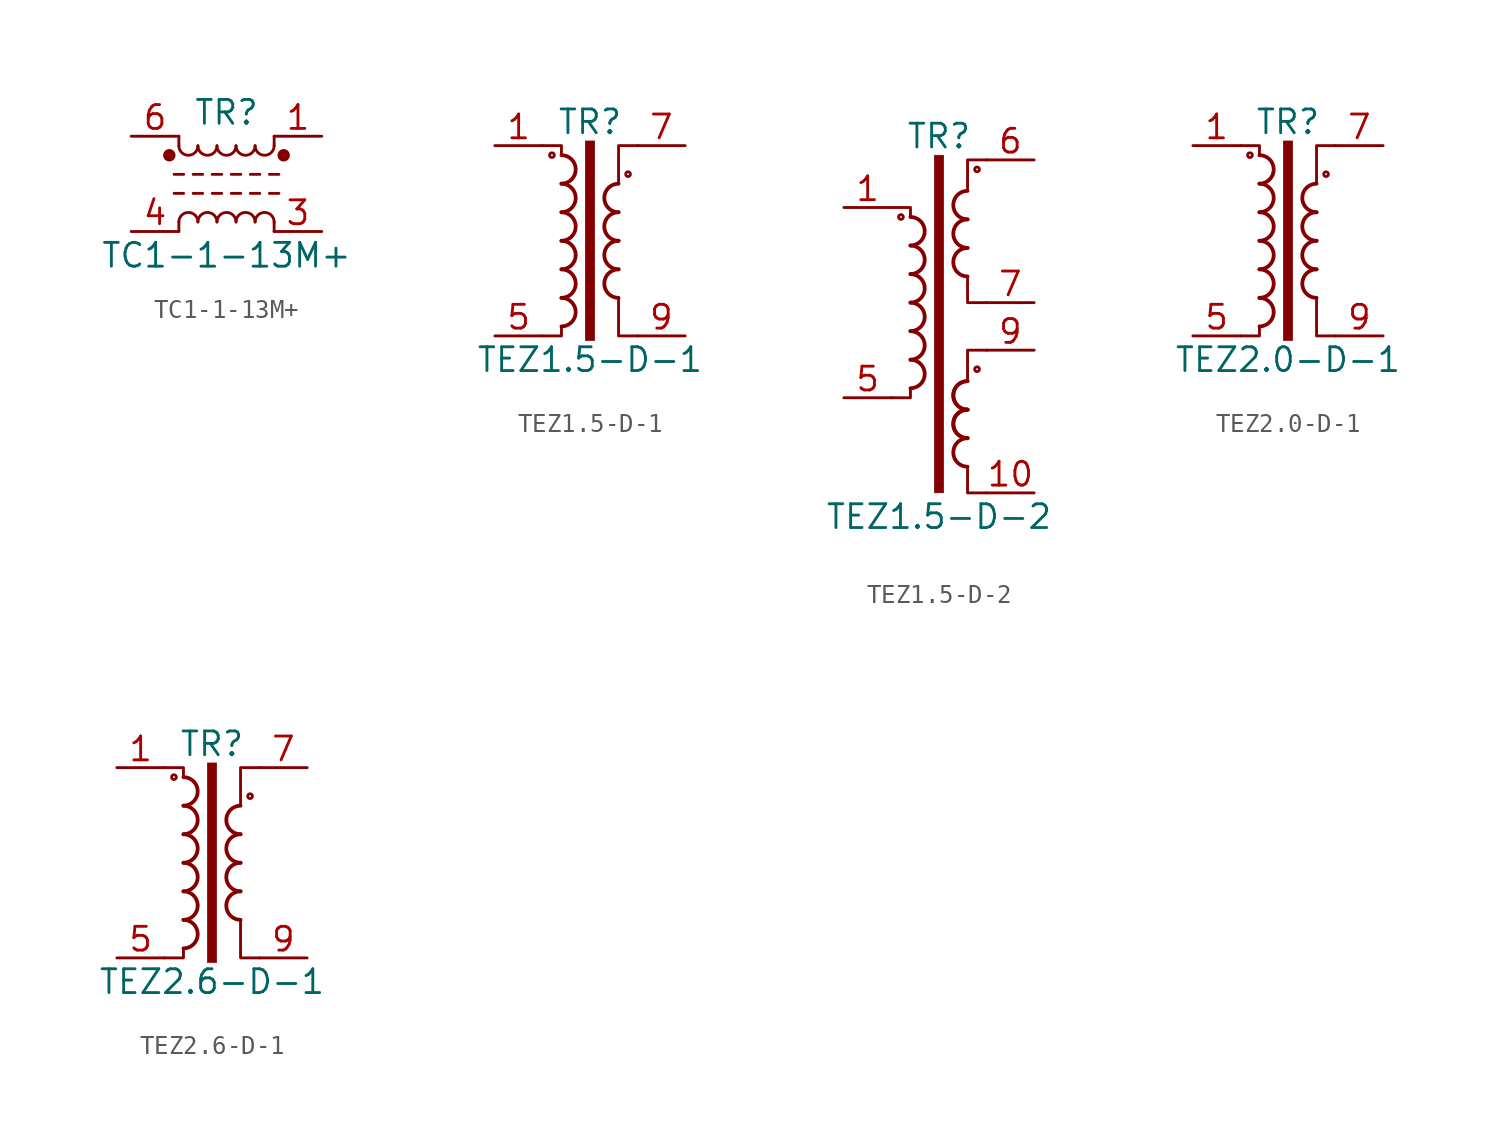
<source format=kicad_sym>
(kicad_symbol_lib
  (version 20231120)
  (generator "kicad_symbol_editor")
  (generator_version "8.0")
  (symbol "TC1-1-13M+"
    (pin_names hide)
    (property "Reference" "TR"
      (at 0 3.81 0)
      (effects (font (size 1.27 1.27))))
    (property "Value" "TC1-1-13M+"
      (at 0 -3.81 0)
      (effects (font (size 1.27 1.27))))
    (symbol "TC1-1-13M+_1_1"
      (circle (center -3.048 1.524) (radius 0.254) (stroke (width 0) (type default)) (fill (type outline)))
      (arc (start -2.54 2.032) (mid -2.032 1.5262) (end -1.524 2.032) (stroke (width 0) (type default)) (fill (type none)))
      (arc (start -1.524 -2.032) (mid -2.032 -1.5262) (end -2.54 -2.032) (stroke (width 0) (type default)) (fill (type none)))
      (arc (start -1.524 2.032) (mid -1.016 1.5262) (end -0.508 2.032) (stroke (width 0) (type default)) (fill (type none)))
      (arc (start -0.508 -2.032) (mid -1.016 -1.5262) (end -1.524 -2.032) (stroke (width 0) (type default)) (fill (type none)))
      (arc (start -0.508 2.032) (mid 0 1.5262) (end 0.508 2.032) (stroke (width 0) (type default)) (fill (type none)))
      (polyline (pts (xy -2.794 -0.508) (xy -2.286 -0.508)) (stroke (width 0) (type default)) (fill (type none)))
      (polyline (pts (xy -2.794 0.508) (xy -2.286 0.508)) (stroke (width 0) (type default)) (fill (type none)))
      (polyline (pts (xy -2.54 -2.032) (xy -2.54 -2.54)) (stroke (width 0) (type default)) (fill (type none)))
      (polyline (pts (xy -2.54 2.032) (xy -2.54 2.54)) (stroke (width 0) (type default)) (fill (type none)))
      (polyline (pts (xy -1.778 -0.508) (xy -1.27 -0.508)) (stroke (width 0) (type default)) (fill (type none)))
      (polyline (pts (xy -1.778 0.508) (xy -1.27 0.508)) (stroke (width 0) (type default)) (fill (type none)))
      (polyline (pts (xy -0.762 -0.508) (xy -0.254 -0.508)) (stroke (width 0) (type default)) (fill (type none)))
      (polyline (pts (xy -0.762 0.508) (xy -0.254 0.508)) (stroke (width 0) (type default)) (fill (type none)))
      (polyline (pts (xy 0.254 -0.508) (xy 0.762 -0.508)) (stroke (width 0) (type default)) (fill (type none)))
      (polyline (pts (xy 0.254 0.508) (xy 0.762 0.508)) (stroke (width 0) (type default)) (fill (type none)))
      (polyline (pts (xy 1.27 -0.508) (xy 1.778 -0.508)) (stroke (width 0) (type default)) (fill (type none)))
      (polyline (pts (xy 1.27 0.508) (xy 1.778 0.508)) (stroke (width 0) (type default)) (fill (type none)))
      (polyline (pts (xy 2.286 -0.508) (xy 2.794 -0.508)) (stroke (width 0) (type default)) (fill (type none)))
      (polyline (pts (xy 2.286 0.508) (xy 2.794 0.508)) (stroke (width 0) (type default)) (fill (type none)))
      (polyline (pts (xy 2.54 -2.032) (xy 2.54 -2.54)) (stroke (width 0) (type default)) (fill (type none)))
      (polyline (pts (xy 2.54 2.54) (xy 2.54 2.032)) (stroke (width 0) (type default)) (fill (type none)))
      (arc (start 0.508 -2.032) (mid 0 -1.5262) (end -0.508 -2.032) (stroke (width 0) (type default)) (fill (type none)))
      (arc (start 0.508 2.032) (mid 1.016 1.5262) (end 1.524 2.032) (stroke (width 0) (type default)) (fill (type none)))
      (arc (start 1.524 -2.032) (mid 1.016 -1.5262) (end 0.508 -2.032) (stroke (width 0) (type default)) (fill (type none)))
      (arc (start 1.524 2.032) (mid 2.032 1.5262) (end 2.54 2.032) (stroke (width 0) (type default)) (fill (type none)))
      (arc (start 2.54 -2.032) (mid 2.032 -1.5262) (end 1.524 -2.032) (stroke (width 0) (type default)) (fill (type none)))
      (circle (center 3.048 1.524) (radius 0.254) (stroke (width 0) (type default)) (fill (type outline)))
      (pin passive line (at 5.08 2.54 180) (length 2.54) (name "~" (effects (font (size 1.27 1.27)))) (number "1" (effects (font (size 1.27 1.27)))))
      (pin passive line (at 5.08 -2.54 180) (length 2.54) (name "~" (effects (font (size 1.27 1.27)))) (number "3" (effects (font (size 1.27 1.27)))))
      (pin passive line (at -5.08 -2.54 0) (length 2.54) (name "~" (effects (font (size 1.27 1.27)))) (number "4" (effects (font (size 1.27 1.27)))))
      (pin passive line (at -5.08 2.54 0) (length 2.54) (name "~" (effects (font (size 1.27 1.27)))) (number "6" (effects (font (size 1.27 1.27)))))))
  (symbol "TEZ1.5-D-1"
    (pin_names
      (offset 0.025))
    (property "Reference" "TR"
      (at 0 6.35 0)
      (effects (font (size 1.27 1.27))))
    (property "Value" "TEZ1.5-D-1"
      (at 0 -6.35 0)
      (effects (font (size 1.27 1.27))))
    (symbol "TEZ1.5-D-1_0_1"
      (circle (center -2.032 4.572) (radius 0.127) (stroke (width 0) (type default)) (fill (type none)))
      (arc (start -1.524 -4.572) (mid -0.7653 -3.81) (end -1.524 -3.048) (stroke (width 0.2032) (type default)) (fill (type none)))
      (arc (start -1.524 -3.048) (mid -0.7653 -2.286) (end -1.524 -1.524) (stroke (width 0.2032) (type default)) (fill (type none)))
      (arc (start -1.524 -1.524) (mid -0.7653 -0.762) (end -1.524 0) (stroke (width 0.2032) (type default)) (fill (type none)))
      (arc (start -1.524 0) (mid -0.7653 0.762) (end -1.524 1.524) (stroke (width 0.2032) (type default)) (fill (type none)))
      (arc (start -1.524 1.524) (mid -0.7653 2.286) (end -1.524 3.048) (stroke (width 0.2032) (type default)) (fill (type none)))
      (arc (start -1.524 3.048) (mid -0.7653 3.81) (end -1.524 4.572) (stroke (width 0.2032) (type default)) (fill (type none)))
      (rectangle (start -0.254 5.334) (end 0.254 -5.334) (stroke (width 0.025) (type default)) (fill (type outline)))
      (polyline (pts (xy -1.524 -4.572) (xy -1.524 -5.08) (xy -2.54 -5.08)) (stroke (width 0) (type default)) (fill (type none)))
      (polyline (pts (xy -1.524 4.572) (xy -1.524 5.08) (xy -2.54 5.08)) (stroke (width 0) (type default)) (fill (type none)))
      (polyline (pts (xy 1.524 3.048) (xy 1.524 5.08) (xy 2.54 5.08) (xy 2.54 5.08)) (stroke (width 0.152) (type default)) (fill (type none)))
      (polyline (pts (xy 2.54 -5.08) (xy 1.524 -5.08) (xy 1.524 -3.048) (xy 1.524 -3.048)) (stroke (width 0.152) (type default)) (fill (type none)))
      (arc (start 1.524 -1.524) (mid 0.7653 -2.286) (end 1.524 -3.048) (stroke (width 0.2032) (type default)) (fill (type none)))
      (arc (start 1.524 0) (mid 0.7653 -0.762) (end 1.524 -1.524) (stroke (width 0.2032) (type default)) (fill (type none)))
      (arc (start 1.524 1.524) (mid 0.7653 0.762) (end 1.524 0) (stroke (width 0.2032) (type default)) (fill (type none)))
      (arc (start 1.524 3.048) (mid 0.7653 2.286) (end 1.524 1.524) (stroke (width 0.2032) (type default)) (fill (type none)))
      (circle (center 2.032 3.556) (radius 0.127) (stroke (width 0) (type default)) (fill (type none))))
    (symbol "TEZ1.5-D-1_1_1"
      (pin passive line (at -5.08 5.08 0) (length 2.54) (name "~" (effects (font (size 1.27 1.27)))) (number "1" (effects (font (size 1.27 1.27)))))
      (pin passive line (at -5.08 -5.08 0) (length 2.54) (name "~" (effects (font (size 1.27 1.27)))) (number "5" (effects (font (size 1.27 1.27)))))
      (pin passive line (at 5.08 5.08 180) (length 2.54) (name "~" (effects (font (size 1.27 1.27)))) (number "7" (effects (font (size 1.27 1.27)))))
      (pin passive line (at 5.08 -5.08 180) (length 2.54) (name "~" (effects (font (size 1.27 1.27)))) (number "9" (effects (font (size 1.27 1.27)))))))
  (symbol "TEZ1.5-D-2"
    (pin_names
      (offset 0.025))
    (property "Reference" "TR"
      (at 0 8.89 0)
      (effects (font (size 1.27 1.27))))
    (property "Value" "TEZ1.5-D-2"
      (at 0 -11.43 0)
      (effects (font (size 1.27 1.27))))
    (symbol "TEZ1.5-D-2_0_1"
      (circle (center -2.032 4.572) (radius 0.127) (stroke (width 0) (type default)) (fill (type none)))
      (arc (start -1.524 -4.572) (mid -0.7653 -3.81) (end -1.524 -3.048) (stroke (width 0.2032) (type default)) (fill (type none)))
      (arc (start -1.524 -3.048) (mid -0.7653 -2.286) (end -1.524 -1.524) (stroke (width 0.2032) (type default)) (fill (type none)))
      (arc (start -1.524 -1.524) (mid -0.7653 -0.762) (end -1.524 0) (stroke (width 0.2032) (type default)) (fill (type none)))
      (arc (start -1.524 0) (mid -0.7653 0.762) (end -1.524 1.524) (stroke (width 0.2032) (type default)) (fill (type none)))
      (arc (start -1.524 1.524) (mid -0.7653 2.286) (end -1.524 3.048) (stroke (width 0.2032) (type default)) (fill (type none)))
      (arc (start -1.524 3.048) (mid -0.7653 3.81) (end -1.524 4.572) (stroke (width 0.2032) (type default)) (fill (type none)))
      (rectangle (start -0.254 7.874) (end 0.254 -10.16) (stroke (width 0.025) (type default)) (fill (type outline)))
      (polyline (pts (xy -1.524 -4.572) (xy -1.524 -5.08) (xy -2.54 -5.08)) (stroke (width 0) (type default)) (fill (type none)))
      (polyline (pts (xy -1.524 4.572) (xy -1.524 5.08) (xy -2.54 5.08)) (stroke (width 0) (type default)) (fill (type none)))
      (polyline (pts (xy 1.524 -8.89) (xy 1.524 -10.16) (xy 2.54 -10.16)) (stroke (width 0) (type default)) (fill (type none)))
      (polyline (pts (xy 2.54 -2.54) (xy 1.524 -2.54) (xy 1.524 -4.064)) (stroke (width 0) (type default)) (fill (type none)))
      (polyline (pts (xy 2.54 0) (xy 1.524 0) (xy 1.524 1.27)) (stroke (width 0) (type default)) (fill (type none)))
      (polyline (pts (xy 2.54 7.62) (xy 1.524 7.62) (xy 1.524 6.096)) (stroke (width 0) (type default)) (fill (type none)))
      (arc (start 1.524 -7.239) (mid 0.7653 -8.001) (end 1.524 -8.763) (stroke (width 0.2032) (type default)) (fill (type none)))
      (arc (start 1.524 -5.715) (mid 0.7653 -6.477) (end 1.524 -7.239) (stroke (width 0.2032) (type default)) (fill (type none)))
      (arc (start 1.524 -5.715) (mid 0.7653 -6.477) (end 1.524 -7.239) (stroke (width 0.2032) (type default)) (fill (type none)))
      (arc (start 1.524 -4.191) (mid 0.7653 -4.953) (end 1.524 -5.715) (stroke (width 0.2032) (type default)) (fill (type none)))
      (arc (start 1.524 -4.191) (mid 0.7653 -4.953) (end 1.524 -5.715) (stroke (width 0.2032) (type default)) (fill (type none)))
      (arc (start 1.524 2.921) (mid 0.7653 2.159) (end 1.524 1.397) (stroke (width 0.2032) (type default)) (fill (type none)))
      (arc (start 1.524 4.445) (mid 0.7653 3.683) (end 1.524 2.921) (stroke (width 0.2032) (type default)) (fill (type none)))
      (arc (start 1.524 5.969) (mid 0.7653 5.207) (end 1.524 4.445) (stroke (width 0.2032) (type default)) (fill (type none)))
      (circle (center 2.032 -3.556) (radius 0.127) (stroke (width 0) (type default)) (fill (type none)))
      (circle (center 2.032 7.112) (radius 0.127) (stroke (width 0) (type default)) (fill (type none))))
    (symbol "TEZ1.5-D-2_1_1"
      (pin passive line (at -5.08 5.08 0) (length 2.54) (name "~" (effects (font (size 1.27 1.27)))) (number "1" (effects (font (size 1.27 1.27)))))
      (pin passive line (at 5.08 -10.16 180) (length 2.54) (name "~" (effects (font (size 1.27 1.27)))) (number "10" (effects (font (size 1.27 1.27)))))
      (pin passive line (at -5.08 -5.08 0) (length 2.54) (name "~" (effects (font (size 1.27 1.27)))) (number "5" (effects (font (size 1.27 1.27)))))
      (pin passive line (at 5.08 7.62 180) (length 2.54) (name "~" (effects (font (size 1.27 1.27)))) (number "6" (effects (font (size 1.27 1.27)))))
      (pin passive line (at 5.08 0 180) (length 2.54) (name "~" (effects (font (size 1.27 1.27)))) (number "7" (effects (font (size 1.27 1.27)))))
      (pin passive line (at 5.08 -2.54 180) (length 2.54) (name "~" (effects (font (size 1.27 1.27)))) (number "9" (effects (font (size 1.27 1.27)))))))
  (symbol "TEZ2.0-D-1"
    (pin_names
      (offset 0.025))
    (property "Reference" "TR"
      (at 0 6.35 0)
      (effects (font (size 1.27 1.27))))
    (property "Value" "TEZ2.0-D-1"
      (at 0 -6.35 0)
      (effects (font (size 1.27 1.27))))
    (symbol "TEZ2.0-D-1_0_1"
      (circle (center -2.032 4.572) (radius 0.127) (stroke (width 0) (type default)) (fill (type none)))
      (arc (start -1.524 -4.572) (mid -0.7653 -3.81) (end -1.524 -3.048) (stroke (width 0.2032) (type default)) (fill (type none)))
      (arc (start -1.524 -3.048) (mid -0.7653 -2.286) (end -1.524 -1.524) (stroke (width 0.2032) (type default)) (fill (type none)))
      (arc (start -1.524 -1.524) (mid -0.7653 -0.762) (end -1.524 0) (stroke (width 0.2032) (type default)) (fill (type none)))
      (arc (start -1.524 0) (mid -0.7653 0.762) (end -1.524 1.524) (stroke (width 0.2032) (type default)) (fill (type none)))
      (arc (start -1.524 1.524) (mid -0.7653 2.286) (end -1.524 3.048) (stroke (width 0.2032) (type default)) (fill (type none)))
      (arc (start -1.524 3.048) (mid -0.7653 3.81) (end -1.524 4.572) (stroke (width 0.2032) (type default)) (fill (type none)))
      (rectangle (start -0.254 5.334) (end 0.254 -5.334) (stroke (width 0.025) (type default)) (fill (type outline)))
      (polyline (pts (xy -1.524 -4.572) (xy -1.524 -5.08) (xy -2.54 -5.08)) (stroke (width 0) (type default)) (fill (type none)))
      (polyline (pts (xy -1.524 4.572) (xy -1.524 5.08) (xy -2.54 5.08)) (stroke (width 0) (type default)) (fill (type none)))
      (polyline (pts (xy 1.524 3.048) (xy 1.524 5.08) (xy 2.54 5.08) (xy 2.54 5.08)) (stroke (width 0.152) (type default)) (fill (type none)))
      (polyline (pts (xy 2.54 -5.08) (xy 1.524 -5.08) (xy 1.524 -3.048) (xy 1.524 -3.048)) (stroke (width 0.152) (type default)) (fill (type none)))
      (arc (start 1.524 -1.524) (mid 0.7653 -2.286) (end 1.524 -3.048) (stroke (width 0.2032) (type default)) (fill (type none)))
      (arc (start 1.524 0) (mid 0.7653 -0.762) (end 1.524 -1.524) (stroke (width 0.2032) (type default)) (fill (type none)))
      (arc (start 1.524 1.524) (mid 0.7653 0.762) (end 1.524 0) (stroke (width 0.2032) (type default)) (fill (type none)))
      (arc (start 1.524 3.048) (mid 0.7653 2.286) (end 1.524 1.524) (stroke (width 0.2032) (type default)) (fill (type none)))
      (circle (center 2.032 3.556) (radius 0.127) (stroke (width 0) (type default)) (fill (type none))))
    (symbol "TEZ2.0-D-1_1_1"
      (pin passive line (at -5.08 5.08 0) (length 2.54) (name "~" (effects (font (size 1.27 1.27)))) (number "1" (effects (font (size 1.27 1.27)))))
      (pin passive line (at -5.08 -5.08 0) (length 2.54) (name "~" (effects (font (size 1.27 1.27)))) (number "5" (effects (font (size 1.27 1.27)))))
      (pin passive line (at 5.08 5.08 180) (length 2.54) (name "~" (effects (font (size 1.27 1.27)))) (number "7" (effects (font (size 1.27 1.27)))))
      (pin passive line (at 5.08 -5.08 180) (length 2.54) (name "~" (effects (font (size 1.27 1.27)))) (number "9" (effects (font (size 1.27 1.27)))))))
  (symbol "TEZ2.6-D-1"
    (pin_names
      (offset 0.025))
    (property "Reference" "TR"
      (at 0 6.35 0)
      (effects (font (size 1.27 1.27))))
    (property "Value" "TEZ2.6-D-1"
      (at 0 -6.35 0)
      (effects (font (size 1.27 1.27))))
    (symbol "TEZ2.6-D-1_0_1"
      (circle (center -2.032 4.572) (radius 0.127) (stroke (width 0) (type default)) (fill (type none)))
      (arc (start -1.524 -4.572) (mid -0.7653 -3.81) (end -1.524 -3.048) (stroke (width 0.2032) (type default)) (fill (type none)))
      (arc (start -1.524 -3.048) (mid -0.7653 -2.286) (end -1.524 -1.524) (stroke (width 0.2032) (type default)) (fill (type none)))
      (arc (start -1.524 -1.524) (mid -0.7653 -0.762) (end -1.524 0) (stroke (width 0.2032) (type default)) (fill (type none)))
      (arc (start -1.524 0) (mid -0.7653 0.762) (end -1.524 1.524) (stroke (width 0.2032) (type default)) (fill (type none)))
      (arc (start -1.524 1.524) (mid -0.7653 2.286) (end -1.524 3.048) (stroke (width 0.2032) (type default)) (fill (type none)))
      (arc (start -1.524 3.048) (mid -0.7653 3.81) (end -1.524 4.572) (stroke (width 0.2032) (type default)) (fill (type none)))
      (rectangle (start -0.254 5.334) (end 0.254 -5.334) (stroke (width 0.025) (type default)) (fill (type outline)))
      (polyline (pts (xy -1.524 -4.572) (xy -1.524 -5.08) (xy -2.54 -5.08)) (stroke (width 0) (type default)) (fill (type none)))
      (polyline (pts (xy -1.524 4.572) (xy -1.524 5.08) (xy -2.54 5.08)) (stroke (width 0) (type default)) (fill (type none)))
      (polyline (pts (xy 1.524 3.048) (xy 1.524 5.08) (xy 2.54 5.08) (xy 2.54 5.08)) (stroke (width 0.152) (type default)) (fill (type none)))
      (polyline (pts (xy 2.54 -5.08) (xy 1.524 -5.08) (xy 1.524 -3.048) (xy 1.524 -3.048)) (stroke (width 0.152) (type default)) (fill (type none)))
      (arc (start 1.524 -1.524) (mid 0.7653 -2.286) (end 1.524 -3.048) (stroke (width 0.2032) (type default)) (fill (type none)))
      (arc (start 1.524 0) (mid 0.7653 -0.762) (end 1.524 -1.524) (stroke (width 0.2032) (type default)) (fill (type none)))
      (arc (start 1.524 1.524) (mid 0.7653 0.762) (end 1.524 0) (stroke (width 0.2032) (type default)) (fill (type none)))
      (arc (start 1.524 3.048) (mid 0.7653 2.286) (end 1.524 1.524) (stroke (width 0.2032) (type default)) (fill (type none)))
      (circle (center 2.032 3.556) (radius 0.127) (stroke (width 0) (type default)) (fill (type none))))
    (symbol "TEZ2.6-D-1_1_1"
      (pin passive line (at -5.08 5.08 0) (length 2.54) (name "~" (effects (font (size 1.27 1.27)))) (number "1" (effects (font (size 1.27 1.27)))))
      (pin passive line (at -5.08 -5.08 0) (length 2.54) (name "~" (effects (font (size 1.27 1.27)))) (number "5" (effects (font (size 1.27 1.27)))))
      (pin passive line (at 5.08 5.08 180) (length 2.54) (name "~" (effects (font (size 1.27 1.27)))) (number "7" (effects (font (size 1.27 1.27)))))
      (pin passive line (at 5.08 -5.08 180) (length 2.54) (name "~" (effects (font (size 1.27 1.27)))) (number "9" (effects (font (size 1.27 1.27))))))))
</source>
